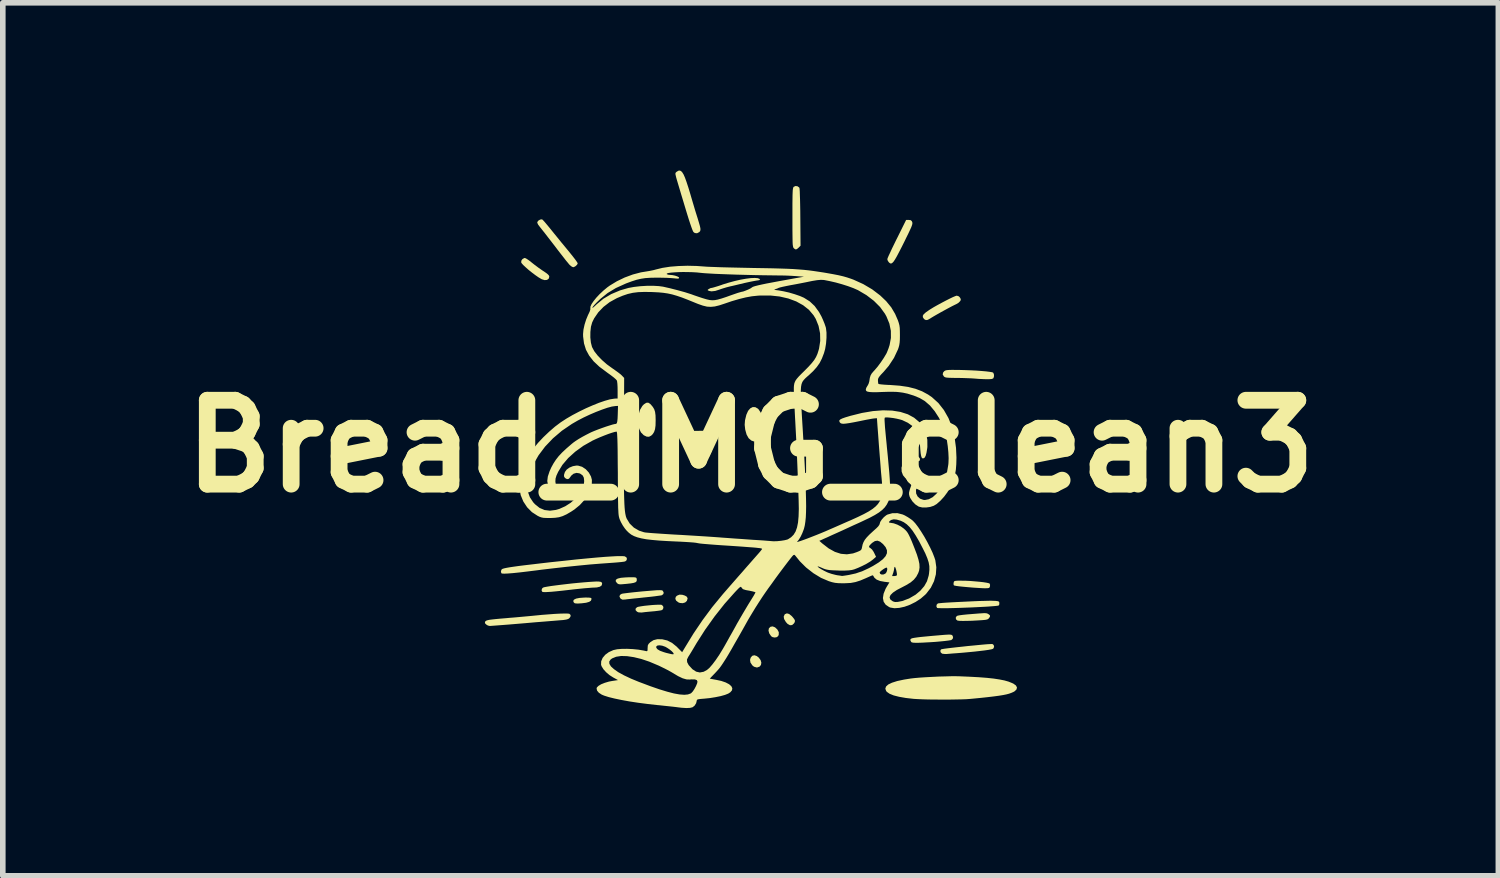
<source format=kicad_pcb>
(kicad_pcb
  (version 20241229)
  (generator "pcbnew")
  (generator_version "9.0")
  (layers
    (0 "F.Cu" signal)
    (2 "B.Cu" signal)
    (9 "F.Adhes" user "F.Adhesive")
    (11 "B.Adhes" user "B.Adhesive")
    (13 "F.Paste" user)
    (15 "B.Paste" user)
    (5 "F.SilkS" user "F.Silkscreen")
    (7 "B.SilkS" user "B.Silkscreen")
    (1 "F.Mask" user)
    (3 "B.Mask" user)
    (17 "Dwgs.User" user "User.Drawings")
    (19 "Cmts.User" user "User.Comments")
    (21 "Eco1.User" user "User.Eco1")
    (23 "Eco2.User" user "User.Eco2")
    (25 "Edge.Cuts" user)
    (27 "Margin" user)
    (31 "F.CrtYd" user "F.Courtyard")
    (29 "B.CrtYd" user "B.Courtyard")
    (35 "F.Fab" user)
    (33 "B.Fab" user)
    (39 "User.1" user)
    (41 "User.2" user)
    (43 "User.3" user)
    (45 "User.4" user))
  (footprint "Bread_IMG_clean3"
    (layer "F.Cu")
    (at 10.371 4.929)
    (property "Reference" "Bread_IMG_clean3" (at 0 0 0) (layer "F.SilkS") (effects (font (size 1.5 1.5) (thickness 0.3))))
    (attr board_only exclude_from_pos_files exclude_from_bom)
    (fp_poly (pts (xy -1.218 2.657) (xy -1.174 2.671) (xy -1.14 2.691) (xy -1.127 2.716) (xy -1.126 2.724) (xy -1.138 2.765) (xy -1.169 2.794) (xy -1.213 2.807) (xy -1.263 2.803) (xy -1.291 2.792) (xy -1.329 2.763) (xy -1.345 2.729) (xy -1.337 2.694) (xy -1.316 2.673) (xy -1.271 2.654)) (stroke (width 0) (type solid)) (fill yes) (layer "F.SilkS"))
    (fp_poly (pts (xy 0.111 3.752) (xy 0.146 3.779) (xy 0.18 3.825) (xy 0.193 3.87) (xy 0.186 3.911) (xy 0.162 3.941) (xy 0.12 3.956) (xy 0.108 3.956) (xy 0.062 3.943) (xy 0.033 3.92) (xy -0.001 3.87) (xy -0.009 3.821) (xy 0.002 3.782) (xy 0.03 3.748) (xy 0.068 3.738)) (stroke (width 0) (type solid)) (fill yes) (layer "F.SilkS"))
    (fp_poly (pts (xy 0.438 3.239) (xy 0.479 3.277) (xy 0.479 3.277) (xy 0.505 3.325) (xy 0.504 3.371) (xy 0.494 3.394) (xy 0.47 3.414) (xy 0.432 3.421) (xy 0.394 3.414) (xy 0.368 3.397) (xy 0.334 3.346) (xy 0.321 3.297) (xy 0.328 3.257) (xy 0.356 3.229) (xy 0.395 3.222)) (stroke (width 0) (type solid)) (fill yes) (layer "F.SilkS"))
    (fp_poly (pts (xy 0.69 3) (xy 0.737 3.038) (xy 0.753 3.056) (xy 0.783 3.094) (xy 0.795 3.122) (xy 0.789 3.148) (xy 0.775 3.17) (xy 0.743 3.198) (xy 0.705 3.201) (xy 0.664 3.179) (xy 0.632 3.144) (xy 0.6 3.09) (xy 0.593 3.047) (xy 0.608 3.012) (xy 0.616 3.003) (xy 0.65 2.989)) (stroke (width 0) (type solid)) (fill yes) (layer "F.SilkS"))
    (fp_poly (pts (xy -2.896 2.707) (xy -2.864 2.71) (xy -2.849 2.716) (xy -2.844 2.728) (xy -2.844 2.733) (xy -2.854 2.762) (xy -2.885 2.783) (xy -2.94 2.799) (xy -3.02 2.809) (xy -3.023 2.809) (xy -3.083 2.813) (xy -3.121 2.812) (xy -3.144 2.808) (xy -3.158 2.797) (xy -3.159 2.797) (xy -3.171 2.768) (xy -3.158 2.744) (xy -3.12 2.725) (xy -3.06 2.713) (xy -2.978 2.707) (xy -2.95 2.706)) (stroke (width 0) (type solid)) (fill yes) (layer "F.SilkS"))
    (fp_poly (pts (xy -2.079 2.344) (xy -2.054 2.348) (xy -2.042 2.355) (xy -2.037 2.366) (xy -2.035 2.374) (xy -2.034 2.399) (xy -2.041 2.419) (xy -2.058 2.433) (xy -2.091 2.444) (xy -2.142 2.453) (xy -2.214 2.461) (xy -2.269 2.466) (xy -2.32 2.47) (xy -2.352 2.468) (xy -2.373 2.46) (xy -2.39 2.445) (xy -2.412 2.413) (xy -2.407 2.387) (xy -2.376 2.367) (xy -2.318 2.353) (xy -2.234 2.346) (xy -2.186 2.344) (xy -2.121 2.344)) (stroke (width 0) (type solid)) (fill yes) (layer "F.SilkS"))
    (fp_poly (pts (xy -1.601 2.835) (xy -1.59 2.837) (xy -1.564 2.859) (xy -1.558 2.89) (xy -1.57 2.919) (xy -1.59 2.932) (xy -1.612 2.937) (xy -1.655 2.943) (xy -1.712 2.95) (xy -1.757 2.954) (xy -1.823 2.96) (xy -1.884 2.966) (xy -1.932 2.972) (xy -1.951 2.974) (xy -2.003 2.971) (xy -2.03 2.959) (xy -2.056 2.931) (xy -2.055 2.904) (xy -2.03 2.879) (xy -2.005 2.871) (xy -1.96 2.863) (xy -1.899 2.854) (xy -1.831 2.847) (xy -1.76 2.84) (xy -1.694 2.836) (xy -1.639 2.834)) (stroke (width 0) (type solid)) (fill yes) (layer "F.SilkS"))
    (fp_poly (pts (xy 0.086 -0.698) (xy 0.132 -0.671) (xy 0.142 -0.661) (xy 0.18 -0.605) (xy 0.205 -0.53) (xy 0.218 -0.445) (xy 0.218 -0.356) (xy 0.207 -0.269) (xy 0.183 -0.193) (xy 0.147 -0.132) (xy 0.137 -0.121) (xy 0.098 -0.091) (xy 0.06 -0.085) (xy 0.013 -0.102) (xy 0.012 -0.103) (xy -0.035 -0.144) (xy -0.071 -0.209) (xy -0.095 -0.296) (xy -0.096 -0.301) (xy -0.105 -0.383) (xy -0.099 -0.463) (xy -0.078 -0.551) (xy -0.074 -0.565) (xy -0.044 -0.632) (xy -0.005 -0.677) (xy 0.039 -0.7)) (stroke (width 0) (type solid)) (fill yes) (layer "F.SilkS"))
    (fp_poly (pts (xy -1.796 -0.758) (xy -1.783 -0.745) (xy -1.747 -0.702) (xy -1.722 -0.66) (xy -1.707 -0.612) (xy -1.699 -0.551) (xy -1.697 -0.47) (xy -1.697 -0.46) (xy -1.699 -0.371) (xy -1.708 -0.304) (xy -1.725 -0.254) (xy -1.75 -0.215) (xy -1.777 -0.189) (xy -1.816 -0.169) (xy -1.857 -0.171) (xy -1.907 -0.195) (xy -1.912 -0.199) (xy -1.959 -0.246) (xy -1.991 -0.311) (xy -2.008 -0.398) (xy -2.011 -0.465) (xy -2.002 -0.564) (xy -1.976 -0.651) (xy -1.935 -0.72) (xy -1.907 -0.749) (xy -1.865 -0.776) (xy -1.83 -0.779)) (stroke (width 0) (type solid)) (fill yes) (layer "F.SilkS"))
    (fp_poly (pts (xy 4.212 2.986) (xy 4.237 2.993) (xy 4.257 3.005) (xy 4.26 3.006) (xy 4.281 3.026) (xy 4.282 3.044) (xy 4.269 3.067) (xy 4.253 3.086) (xy 4.232 3.098) (xy 4.198 3.105) (xy 4.146 3.11) (xy 4.051 3.116) (xy 3.959 3.121) (xy 3.873 3.123) (xy 3.8 3.124) (xy 3.742 3.123) (xy 3.706 3.119) (xy 3.699 3.117) (xy 3.674 3.096) (xy 3.669 3.066) (xy 3.687 3.037) (xy 3.704 3.03) (xy 3.739 3.023) (xy 3.793 3.016) (xy 3.87 3.008) (xy 3.97 3) (xy 4.095 2.99) (xy 4.116 2.989) (xy 4.174 2.985)) (stroke (width 0) (type solid)) (fill yes) (layer "F.SilkS"))
    (fp_poly (pts (xy -4.014 -3.357) (xy -3.978 -3.334) (xy -3.934 -3.302) (xy -3.918 -3.288) (xy -3.861 -3.243) (xy -3.794 -3.193) (xy -3.728 -3.147) (xy -3.712 -3.136) (xy -3.658 -3.1) (xy -3.624 -3.073) (xy -3.605 -3.052) (xy -3.599 -3.033) (xy -3.599 -3.029) (xy -3.61 -2.994) (xy -3.64 -2.974) (xy -3.682 -2.97) (xy -3.732 -2.985) (xy -3.743 -2.991) (xy -3.792 -3.02) (xy -3.848 -3.059) (xy -3.909 -3.105) (xy -3.968 -3.152) (xy -4.021 -3.199) (xy -4.065 -3.24) (xy -4.093 -3.272) (xy -4.101 -3.286) (xy -4.099 -3.317) (xy -4.078 -3.347) (xy -4.047 -3.364) (xy -4.036 -3.366)) (stroke (width 0) (type solid)) (fill yes) (layer "F.SilkS"))
    (fp_poly (pts (xy 2.864 -4.042) (xy 2.883 -4.025) (xy 2.891 -4.007) (xy 2.894 -3.993) (xy 2.893 -3.974) (xy 2.886 -3.949) (xy 2.873 -3.914) (xy 2.851 -3.866) (xy 2.82 -3.8) (xy 2.778 -3.715) (xy 2.761 -3.679) (xy 2.702 -3.561) (xy 2.653 -3.466) (xy 2.614 -3.392) (xy 2.582 -3.337) (xy 2.556 -3.299) (xy 2.534 -3.277) (xy 2.515 -3.267) (xy 2.498 -3.269) (xy 2.481 -3.281) (xy 2.468 -3.295) (xy 2.45 -3.325) (xy 2.446 -3.346) (xy 2.452 -3.365) (xy 2.469 -3.405) (xy 2.496 -3.462) (xy 2.529 -3.534) (xy 2.569 -3.616) (xy 2.613 -3.706) (xy 2.615 -3.709) (xy 2.782 -4.046) (xy 2.83 -4.046)) (stroke (width 0) (type solid)) (fill yes) (layer "F.SilkS"))
    (fp_poly (pts (xy 3.781 2.405) (xy 3.854 2.406) (xy 3.934 2.41) (xy 4.016 2.417) (xy 4.095 2.424) (xy 4.165 2.432) (xy 4.222 2.441) (xy 4.261 2.45) (xy 4.275 2.456) (xy 4.283 2.479) (xy 4.281 2.506) (xy 4.274 2.525) (xy 4.262 2.535) (xy 4.239 2.539) (xy 4.196 2.54) (xy 4.179 2.54) (xy 4.132 2.538) (xy 4.066 2.534) (xy 3.987 2.529) (xy 3.903 2.522) (xy 3.868 2.519) (xy 3.793 2.512) (xy 3.727 2.505) (xy 3.676 2.498) (xy 3.644 2.491) (xy 3.636 2.488) (xy 3.629 2.466) (xy 3.632 2.439) (xy 3.637 2.423) (xy 3.645 2.413) (xy 3.663 2.408) (xy 3.695 2.405) (xy 3.746 2.404)) (stroke (width 0) (type solid)) (fill yes) (layer "F.SilkS"))
    (fp_poly (pts (xy -1.6 2.575) (xy -1.581 2.578) (xy -1.573 2.582) (xy -1.554 2.612) (xy -1.558 2.642) (xy -1.583 2.663) (xy -1.583 2.664) (xy -1.606 2.669) (xy -1.651 2.675) (xy -1.715 2.684) (xy -1.793 2.693) (xy -1.879 2.702) (xy -1.91 2.705) (xy -2 2.715) (xy -2.084 2.723) (xy -2.156 2.731) (xy -2.212 2.737) (xy -2.247 2.742) (xy -2.253 2.742) (xy -2.293 2.743) (xy -2.32 2.728) (xy -2.327 2.722) (xy -2.344 2.688) (xy -2.335 2.659) (xy -2.305 2.64) (xy -2.283 2.635) (xy -2.238 2.629) (xy -2.173 2.621) (xy -2.094 2.612) (xy -2.004 2.603) (xy -1.934 2.596) (xy -1.825 2.587) (xy -1.74 2.58) (xy -1.676 2.575) (xy -1.63 2.574)) (stroke (width 0) (type solid)) (fill yes) (layer "F.SilkS"))
    (fp_poly (pts (xy 3.568 3.369) (xy 3.59 3.372) (xy 3.604 3.379) (xy 3.609 3.383) (xy 3.622 3.413) (xy 3.615 3.444) (xy 3.59 3.466) (xy 3.581 3.468) (xy 3.538 3.475) (xy 3.474 3.483) (xy 3.393 3.491) (xy 3.303 3.499) (xy 3.209 3.505) (xy 3.116 3.51) (xy 3.084 3.512) (xy 3.002 3.515) (xy 2.944 3.515) (xy 2.906 3.513) (xy 2.883 3.507) (xy 2.874 3.502) (xy 2.86 3.477) (xy 2.857 3.466) (xy 2.859 3.456) (xy 2.864 3.447) (xy 2.877 3.439) (xy 2.898 3.432) (xy 2.931 3.426) (xy 2.979 3.419) (xy 3.043 3.411) (xy 3.127 3.403) (xy 3.232 3.393) (xy 3.361 3.382) (xy 3.405 3.378) (xy 3.48 3.372) (xy 3.533 3.369)) (stroke (width 0) (type solid)) (fill yes) (layer "F.SilkS"))
    (fp_poly (pts (xy 3.724 -2.68) (xy 3.745 -2.658) (xy 3.759 -2.631) (xy 3.757 -2.609) (xy 3.746 -2.592) (xy 3.718 -2.564) (xy 3.681 -2.542) (xy 3.679 -2.541) (xy 3.648 -2.526) (xy 3.598 -2.501) (xy 3.536 -2.468) (xy 3.466 -2.43) (xy 3.395 -2.391) (xy 3.328 -2.353) (xy 3.271 -2.32) (xy 3.228 -2.294) (xy 3.216 -2.286) (xy 3.17 -2.26) (xy 3.136 -2.255) (xy 3.108 -2.27) (xy 3.1 -2.278) (xy 3.082 -2.305) (xy 3.08 -2.332) (xy 3.097 -2.361) (xy 3.135 -2.394) (xy 3.195 -2.436) (xy 3.214 -2.448) (xy 3.274 -2.485) (xy 3.343 -2.524) (xy 3.417 -2.564) (xy 3.489 -2.602) (xy 3.558 -2.637) (xy 3.616 -2.665) (xy 3.661 -2.684) (xy 3.687 -2.692) (xy 3.689 -2.692)) (stroke (width 0) (type solid)) (fill yes) (layer "F.SilkS"))
    (fp_poly (pts (xy -2.713 2.42) (xy -2.676 2.426) (xy -2.658 2.44) (xy -2.654 2.454) (xy -2.661 2.488) (xy -2.693 2.512) (xy -2.747 2.525) (xy -2.795 2.528) (xy -2.831 2.529) (xy -2.89 2.534) (xy -2.967 2.54) (xy -3.057 2.549) (xy -3.155 2.559) (xy -3.24 2.569) (xy -3.371 2.584) (xy -3.478 2.595) (xy -3.562 2.603) (xy -3.626 2.607) (xy -3.673 2.609) (xy -3.704 2.608) (xy -3.722 2.604) (xy -3.727 2.601) (xy -3.737 2.575) (xy -3.728 2.545) (xy -3.71 2.528) (xy -3.684 2.52) (xy -3.635 2.511) (xy -3.567 2.5) (xy -3.483 2.489) (xy -3.389 2.477) (xy -3.287 2.465) (xy -3.182 2.453) (xy -3.078 2.443) (xy -2.978 2.434) (xy -2.888 2.427) (xy -2.811 2.422) (xy -2.751 2.419)) (stroke (width 0) (type solid)) (fill yes) (layer "F.SilkS"))
    (fp_poly (pts (xy 0.128 -3.005) (xy 0.159 -2.993) (xy 0.16 -2.992) (xy 0.169 -2.979) (xy 0.163 -2.972) (xy 0.138 -2.966) (xy 0.108 -2.962) (xy 0.062 -2.954) (xy 0.00027 -2.942) (xy -0.069 -2.927) (xy -0.11 -2.918) (xy -0.185 -2.9) (xy -0.264 -2.881) (xy -0.336 -2.864) (xy -0.364 -2.858) (xy -0.427 -2.842) (xy -0.49 -2.823) (xy -0.54 -2.807) (xy -0.543 -2.805) (xy -0.63 -2.777) (xy -0.698 -2.769) (xy -0.742 -2.777) (xy -0.765 -2.788) (xy -0.765 -2.798) (xy -0.749 -2.81) (xy -0.719 -2.826) (xy -0.7 -2.83) (xy -0.679 -2.834) (xy -0.637 -2.846) (xy -0.581 -2.863) (xy -0.515 -2.885) (xy -0.497 -2.892) (xy -0.39 -2.925) (xy -0.283 -2.954) (xy -0.179 -2.978) (xy -0.082 -2.995) (xy 0.004 -3.006) (xy 0.075 -3.009)) (stroke (width 0) (type solid)) (fill yes) (layer "F.SilkS"))
    (fp_poly (pts (xy 0.84 -4.648) (xy 0.869 -4.627) (xy 0.874 -4.619) (xy 0.877 -4.6) (xy 0.88 -4.557) (xy 0.882 -4.493) (xy 0.885 -4.411) (xy 0.887 -4.315) (xy 0.889 -4.207) (xy 0.89 -4.091) (xy 0.89 -4.09) (xy 0.894 -3.586) (xy 0.86 -3.551) (xy 0.828 -3.524) (xy 0.804 -3.519) (xy 0.779 -3.535) (xy 0.773 -3.541) (xy 0.767 -3.549) (xy 0.762 -3.561) (xy 0.758 -3.58) (xy 0.754 -3.608) (xy 0.752 -3.649) (xy 0.751 -3.704) (xy 0.75 -3.776) (xy 0.749 -3.869) (xy 0.749 -3.985) (xy 0.749 -4.09) (xy 0.749 -4.225) (xy 0.749 -4.335) (xy 0.75 -4.423) (xy 0.751 -4.492) (xy 0.753 -4.544) (xy 0.755 -4.581) (xy 0.759 -4.607) (xy 0.763 -4.623) (xy 0.768 -4.634) (xy 0.772 -4.638) (xy 0.804 -4.653)) (stroke (width 0) (type solid)) (fill yes) (layer "F.SilkS"))
    (fp_poly (pts (xy 3.684 -1.364) (xy 3.728 -1.364) (xy 3.834 -1.361) (xy 3.94 -1.357) (xy 4.041 -1.352) (xy 4.133 -1.345) (xy 4.213 -1.338) (xy 4.276 -1.33) (xy 4.319 -1.323) (xy 4.338 -1.316) (xy 4.351 -1.29) (xy 4.354 -1.253) (xy 4.344 -1.22) (xy 4.338 -1.212) (xy 4.313 -1.202) (xy 4.261 -1.198) (xy 4.182 -1.199) (xy 4.077 -1.204) (xy 4.004 -1.21) (xy 3.943 -1.214) (xy 3.863 -1.217) (xy 3.776 -1.22) (xy 3.69 -1.221) (xy 3.68 -1.221) (xy 3.601 -1.222) (xy 3.544 -1.224) (xy 3.505 -1.227) (xy 3.48 -1.233) (xy 3.465 -1.241) (xy 3.457 -1.248) (xy 3.436 -1.283) (xy 3.443 -1.317) (xy 3.463 -1.341) (xy 3.476 -1.35) (xy 3.493 -1.357) (xy 3.518 -1.361) (xy 3.555 -1.364) (xy 3.609 -1.365)) (stroke (width 0) (type solid)) (fill yes) (layer "F.SilkS"))
    (fp_poly (pts (xy 4.324 3.537) (xy 4.347 3.554) (xy 4.355 3.583) (xy 4.346 3.612) (xy 4.33 3.625) (xy 4.306 3.632) (xy 4.258 3.641) (xy 4.19 3.651) (xy 4.106 3.661) (xy 4.011 3.672) (xy 3.907 3.682) (xy 3.799 3.692) (xy 3.764 3.695) (xy 3.689 3.701) (xy 3.619 3.706) (xy 3.56 3.711) (xy 3.52 3.714) (xy 3.517 3.715) (xy 3.471 3.715) (xy 3.433 3.711) (xy 3.424 3.708) (xy 3.401 3.688) (xy 3.393 3.66) (xy 3.404 3.636) (xy 3.409 3.632) (xy 3.427 3.628) (xy 3.469 3.621) (xy 3.53 3.613) (xy 3.606 3.604) (xy 3.694 3.594) (xy 3.789 3.584) (xy 3.887 3.573) (xy 3.984 3.564) (xy 4.076 3.555) (xy 4.16 3.547) (xy 4.23 3.541) (xy 4.284 3.538) (xy 4.317 3.537)) (stroke (width 0) (type solid)) (fill yes) (layer "F.SilkS"))
    (fp_poly (pts (xy 4.32 2.764) (xy 4.379 2.766) (xy 4.416 2.77) (xy 4.436 2.776) (xy 4.445 2.786) (xy 4.449 2.801) (xy 4.447 2.832) (xy 4.439 2.847) (xy 4.422 2.852) (xy 4.38 2.857) (xy 4.319 2.862) (xy 4.241 2.868) (xy 4.15 2.873) (xy 4.051 2.878) (xy 3.945 2.883) (xy 3.838 2.887) (xy 3.732 2.891) (xy 3.631 2.894) (xy 3.54 2.896) (xy 3.461 2.897) (xy 3.398 2.896) (xy 3.355 2.895) (xy 3.335 2.891) (xy 3.335 2.891) (xy 3.323 2.863) (xy 3.329 2.832) (xy 3.349 2.812) (xy 3.355 2.81) (xy 3.383 2.807) (xy 3.434 2.802) (xy 3.505 2.797) (xy 3.59 2.792) (xy 3.685 2.787) (xy 3.788 2.782) (xy 3.892 2.777) (xy 3.995 2.772) (xy 4.091 2.768) (xy 4.177 2.766) (xy 4.248 2.764) (xy 4.301 2.763)) (stroke (width 0) (type solid)) (fill yes) (layer "F.SilkS"))
    (fp_poly (pts (xy -3.727 -4.056) (xy -3.713 -4.044) (xy -3.685 -4.014) (xy -3.648 -3.97) (xy -3.603 -3.916) (xy -3.576 -3.883) (xy -3.516 -3.808) (xy -3.448 -3.725) (xy -3.381 -3.642) (xy -3.322 -3.571) (xy -3.317 -3.565) (xy -3.239 -3.47) (xy -3.178 -3.394) (xy -3.134 -3.337) (xy -3.106 -3.297) (xy -3.092 -3.274) (xy -3.091 -3.268) (xy -3.102 -3.246) (xy -3.127 -3.221) (xy -3.157 -3.204) (xy -3.172 -3.201) (xy -3.195 -3.21) (xy -3.227 -3.235) (xy -3.244 -3.252) (xy -3.265 -3.278) (xy -3.301 -3.321) (xy -3.346 -3.379) (xy -3.4 -3.448) (xy -3.458 -3.523) (xy -3.495 -3.572) (xy -3.556 -3.651) (xy -3.615 -3.727) (xy -3.668 -3.796) (xy -3.714 -3.854) (xy -3.747 -3.896) (xy -3.76 -3.912) (xy -3.797 -3.96) (xy -3.813 -3.994) (xy -3.813 -4.009) (xy -3.793 -4.035) (xy -3.761 -4.053) (xy -3.73 -4.057)) (stroke (width 0) (type solid)) (fill yes) (layer "F.SilkS"))
    (fp_poly (pts (xy -1.243 -4.92) (xy -1.221 -4.897) (xy -1.197 -4.858) (xy -1.172 -4.801) (xy -1.144 -4.723) (xy -1.111 -4.622) (xy -1.078 -4.513) (xy -1.05 -4.417) (xy -1.02 -4.316) (xy -0.991 -4.218) (xy -0.964 -4.132) (xy -0.947 -4.078) (xy -0.923 -3.998) (xy -0.906 -3.939) (xy -0.897 -3.897) (xy -0.896 -3.868) (xy -0.901 -3.848) (xy -0.913 -3.833) (xy -0.918 -3.828) (xy -0.957 -3.808) (xy -0.996 -3.812) (xy -1.02 -3.829) (xy -1.029 -3.844) (xy -1.041 -3.872) (xy -1.057 -3.915) (xy -1.078 -3.976) (xy -1.104 -4.055) (xy -1.135 -4.155) (xy -1.172 -4.277) (xy -1.216 -4.423) (xy -1.237 -4.492) (xy -1.27 -4.603) (xy -1.296 -4.69) (xy -1.316 -4.757) (xy -1.33 -4.806) (xy -1.338 -4.841) (xy -1.343 -4.864) (xy -1.343 -4.879) (xy -1.34 -4.888) (xy -1.335 -4.895) (xy -1.328 -4.902) (xy -1.325 -4.905) (xy -1.289 -4.927) (xy -1.265 -4.929)) (stroke (width 0) (type solid)) (fill yes) (layer "F.SilkS"))
    (fp_poly (pts (xy -2.255 1.968) (xy -2.248 1.97) (xy -2.219 1.988) (xy -2.21 2.016) (xy -2.221 2.044) (xy -2.243 2.06) (xy -2.266 2.065) (xy -2.312 2.071) (xy -2.375 2.077) (xy -2.45 2.083) (xy -2.519 2.088) (xy -2.685 2.1) (xy -2.873 2.115) (xy -3.078 2.135) (xy -3.293 2.157) (xy -3.514 2.182) (xy -3.736 2.208) (xy -3.819 2.219) (xy -3.988 2.24) (xy -4.131 2.257) (xy -4.247 2.269) (xy -4.337 2.276) (xy -4.402 2.279) (xy -4.441 2.277) (xy -4.454 2.273) (xy -4.464 2.246) (xy -4.457 2.214) (xy -4.447 2.2) (xy -4.432 2.192) (xy -4.405 2.184) (xy -4.364 2.175) (xy -4.307 2.165) (xy -4.233 2.154) (xy -4.14 2.141) (xy -4.026 2.127) (xy -3.889 2.111) (xy -3.729 2.092) (xy -3.582 2.075) (xy -3.337 2.049) (xy -3.116 2.025) (xy -2.918 2.006) (xy -2.744 1.99) (xy -2.595 1.978) (xy -2.471 1.97) (xy -2.373 1.965) (xy -2.301 1.965)) (stroke (width 0) (type solid)) (fill yes) (layer "F.SilkS"))
    (fp_poly (pts (xy -3.28 2.992) (xy -3.246 2.995) (xy -3.239 2.997) (xy -3.217 3.019) (xy -3.221 3.05) (xy -3.241 3.076) (xy -3.262 3.09) (xy -3.296 3.1) (xy -3.349 3.108) (xy -3.388 3.111) (xy -3.438 3.115) (xy -3.509 3.121) (xy -3.596 3.128) (xy -3.693 3.136) (xy -3.793 3.144) (xy -3.833 3.147) (xy -4.026 3.164) (xy -4.194 3.178) (xy -4.338 3.19) (xy -4.457 3.199) (xy -4.549 3.206) (xy -4.616 3.211) (xy -4.656 3.214) (xy -4.666 3.214) (xy -4.698 3.206) (xy -4.727 3.188) (xy -4.749 3.165) (xy -4.749 3.145) (xy -4.745 3.136) (xy -4.737 3.127) (xy -4.723 3.118) (xy -4.701 3.111) (xy -4.668 3.104) (xy -4.62 3.098) (xy -4.555 3.091) (xy -4.47 3.083) (xy -4.361 3.074) (xy -4.32 3.07) (xy -4.219 3.062) (xy -4.109 3.052) (xy -4 3.042) (xy -3.903 3.033) (xy -3.853 3.028) (xy -3.731 3.016) (xy -3.614 3.007) (xy -3.508 2.999) (xy -3.415 2.994) (xy -3.338 2.992)) (stroke (width 0) (type solid)) (fill yes) (layer "F.SilkS"))
    (fp_poly (pts (xy -0.808 -0.275) (xy -0.753 -0.273) (xy -0.717 -0.271) (xy -0.694 -0.266) (xy -0.679 -0.258) (xy -0.669 -0.247) (xy -0.667 -0.244) (xy -0.65 -0.199) (xy -0.647 -0.134) (xy -0.658 -0.051) (xy -0.671 0.007) (xy -0.702 0.105) (xy -0.739 0.182) (xy -0.784 0.241) (xy -0.803 0.259) (xy -0.86 0.294) (xy -0.921 0.302) (xy -0.981 0.284) (xy -0.994 0.276) (xy -1.038 0.237) (xy -1.073 0.183) (xy -1.091 0.134) (xy -0.989 0.134) (xy -0.978 0.173) (xy -0.949 0.198) (xy -0.911 0.209) (xy -0.869 0.202) (xy -0.831 0.177) (xy -0.825 0.169) (xy -0.797 0.125) (xy -0.786 0.086) (xy -0.793 0.058) (xy -0.798 0.053) (xy -0.833 0.043) (xy -0.877 0.048) (xy -0.923 0.065) (xy -0.961 0.089) (xy -0.985 0.118) (xy -0.989 0.134) (xy -1.091 0.134) (xy -1.101 0.109) (xy -1.106 0.089) (xy -1.118 0.032) (xy -1.124 -0.034) (xy -1.125 -0.103) (xy -1.122 -0.167) (xy -1.114 -0.218) (xy -1.102 -0.25) (xy -1.101 -0.252) (xy -1.089 -0.261) (xy -1.07 -0.268) (xy -1.038 -0.272) (xy -0.989 -0.274) (xy -0.919 -0.275) (xy -0.885 -0.275)) (stroke (width 0) (type solid)) (fill yes) (layer "F.SilkS"))
    (fp_poly (pts (xy 3.73 4.114) (xy 3.919 4.122) (xy 4.084 4.131) (xy 4.226 4.142) (xy 4.347 4.155) (xy 4.451 4.171) (xy 4.538 4.188) (xy 4.612 4.209) (xy 4.674 4.234) (xy 4.699 4.245) (xy 4.745 4.278) (xy 4.764 4.313) (xy 4.756 4.349) (xy 4.721 4.383) (xy 4.701 4.394) (xy 4.665 4.41) (xy 4.623 4.425) (xy 4.574 4.438) (xy 4.514 4.45) (xy 4.44 4.462) (xy 4.35 4.474) (xy 4.241 4.487) (xy 4.111 4.501) (xy 3.957 4.516) (xy 3.922 4.519) (xy 3.856 4.524) (xy 3.768 4.527) (xy 3.663 4.529) (xy 3.547 4.531) (xy 3.425 4.531) (xy 3.303 4.53) (xy 3.185 4.529) (xy 3.078 4.526) (xy 2.986 4.522) (xy 2.919 4.518) (xy 2.778 4.502) (xy 2.657 4.481) (xy 2.559 4.456) (xy 2.485 4.426) (xy 2.437 4.392) (xy 2.425 4.377) (xy 2.41 4.336) (xy 2.423 4.297) (xy 2.462 4.261) (xy 2.529 4.229) (xy 2.623 4.199) (xy 2.745 4.173) (xy 2.864 4.154) (xy 2.933 4.146) (xy 3.024 4.138) (xy 3.131 4.131) (xy 3.246 4.125) (xy 3.365 4.119) (xy 3.481 4.116) (xy 3.588 4.113) (xy 3.679 4.113)) (stroke (width 0) (type solid)) (fill yes) (layer "F.SilkS"))
    (fp_poly (pts (xy -0.962 -3.223) (xy -0.824 -3.213) (xy -0.782 -3.21) (xy -0.716 -3.207) (xy -0.629 -3.204) (xy -0.524 -3.2) (xy -0.404 -3.197) (xy -0.274 -3.194) (xy -0.135 -3.191) (xy 0.009 -3.188) (xy 0.048 -3.187) (xy 0.233 -3.184) (xy 0.393 -3.181) (xy 0.533 -3.177) (xy 0.656 -3.173) (xy 0.764 -3.168) (xy 0.861 -3.161) (xy 0.951 -3.154) (xy 1.036 -3.145) (xy 1.121 -3.134) (xy 1.208 -3.121) (xy 1.301 -3.107) (xy 1.36 -3.097) (xy 1.478 -3.076) (xy 1.575 -3.057) (xy 1.656 -3.038) (xy 1.726 -3.018) (xy 1.792 -2.996) (xy 1.841 -2.978) (xy 2.015 -2.899) (xy 2.176 -2.804) (xy 2.319 -2.695) (xy 2.425 -2.594) (xy 2.516 -2.483) (xy 2.585 -2.366) (xy 2.635 -2.251) (xy 2.651 -2.203) (xy 2.662 -2.16) (xy 2.668 -2.115) (xy 2.67 -2.059) (xy 2.671 -1.985) (xy 2.67 -1.909) (xy 2.666 -1.852) (xy 2.659 -1.807) (xy 2.648 -1.766) (xy 2.636 -1.731) (xy 2.565 -1.58) (xy 2.471 -1.437) (xy 2.379 -1.329) (xy 2.332 -1.28) (xy 2.303 -1.245) (xy 2.286 -1.219) (xy 2.279 -1.196) (xy 2.278 -1.174) (xy 2.281 -1.138) (xy 2.286 -1.116) (xy 2.286 -1.114) (xy 2.302 -1.11) (xy 2.34 -1.105) (xy 2.395 -1.1) (xy 2.463 -1.096) (xy 2.496 -1.095) (xy 2.668 -1.082) (xy 2.818 -1.06) (xy 2.949 -1.027) (xy 3.067 -0.982) (xy 3.174 -0.924) (xy 3.244 -0.876) (xy 3.359 -0.772) (xy 3.457 -0.647) (xy 3.539 -0.503) (xy 3.603 -0.341) (xy 3.648 -0.163) (xy 3.674 0.03) (xy 3.682 0.203) (xy 3.679 0.322) (xy 3.671 0.423) (xy 3.655 0.512) (xy 3.629 0.597) (xy 3.593 0.685) (xy 3.569 0.737) (xy 3.521 0.822) (xy 3.46 0.904) (xy 3.394 0.976) (xy 3.328 1.034) (xy 3.276 1.065) (xy 3.212 1.086) (xy 3.139 1.096) (xy 3.069 1.095) (xy 3.01 1.081) (xy 3.004 1.078) (xy 2.946 1.04) (xy 2.894 0.986) (xy 2.855 0.925) (xy 2.842 0.894) (xy 2.834 0.858) (xy 2.835 0.825) (xy 2.845 0.784) (xy 2.853 0.759) (xy 2.869 0.713) (xy 2.883 0.676) (xy 2.89 0.659) (xy 2.888 0.643) (xy 2.865 0.626) (xy 2.836 0.613) (xy 2.771 0.573) (xy 2.726 0.519) (xy 2.702 0.454) (xy 2.7 0.384) (xy 2.72 0.313) (xy 2.762 0.245) (xy 2.781 0.223) (xy 2.818 0.19) (xy 2.847 0.172) (xy 2.879 0.166) (xy 2.9 0.165) (xy 2.964 0.172) (xy 3.007 0.191) (xy 3.028 0.221) (xy 3.029 0.234) (xy 3.026 0.254) (xy 3.014 0.265) (xy 2.985 0.273) (xy 2.953 0.278) (xy 2.887 0.296) (xy 2.841 0.329) (xy 2.819 0.375) (xy 2.816 0.398) (xy 2.828 0.447) (xy 2.866 0.488) (xy 2.929 0.523) (xy 2.973 0.539) (xy 3.036 0.562) (xy 3.073 0.583) (xy 3.085 0.606) (xy 3.075 0.633) (xy 3.042 0.668) (xy 3.032 0.677) (xy 2.989 0.72) (xy 2.966 0.757) (xy 2.958 0.784) (xy 2.961 0.845) (xy 2.987 0.898) (xy 3.031 0.938) (xy 3.089 0.959) (xy 3.118 0.962) (xy 3.188 0.948) (xy 3.257 0.911) (xy 3.323 0.851) (xy 3.383 0.773) (xy 3.436 0.679) (xy 3.481 0.572) (xy 3.515 0.455) (xy 3.536 0.33) (xy 3.539 0.299) (xy 3.542 0.212) (xy 3.537 0.108) (xy 3.526 -0.003) (xy 3.51 -0.112) (xy 3.49 -0.21) (xy 3.48 -0.247) (xy 3.432 -0.381) (xy 3.368 -0.51) (xy 3.293 -0.626) (xy 3.209 -0.727) (xy 3.119 -0.805) (xy 3.109 -0.812) (xy 3.023 -0.862) (xy 2.919 -0.905) (xy 2.806 -0.94) (xy 2.727 -0.957) (xy 2.67 -0.965) (xy 2.612 -0.971) (xy 2.545 -0.973) (xy 2.465 -0.973) (xy 2.363 -0.97) (xy 2.36 -0.97) (xy 2.26 -0.966) (xy 2.185 -0.966) (xy 2.131 -0.969) (xy 2.095 -0.975) (xy 2.073 -0.985) (xy 2.063 -1) (xy 2.061 -1.015) (xy 2.069 -1.043) (xy 2.088 -1.076) (xy 2.089 -1.076) (xy 2.11 -1.115) (xy 2.124 -1.161) (xy 2.124 -1.164) (xy 2.133 -1.222) (xy 2.146 -1.264) (xy 2.166 -1.3) (xy 2.2 -1.34) (xy 2.217 -1.358) (xy 2.271 -1.421) (xy 2.329 -1.499) (xy 2.384 -1.581) (xy 2.429 -1.657) (xy 2.435 -1.669) (xy 2.449 -1.703) (xy 2.468 -1.752) (xy 2.486 -1.808) (xy 2.487 -1.812) (xy 2.51 -1.936) (xy 2.509 -2.064) (xy 2.482 -2.194) (xy 2.43 -2.32) (xy 2.403 -2.369) (xy 2.316 -2.489) (xy 2.205 -2.6) (xy 2.073 -2.701) (xy 1.922 -2.79) (xy 1.913 -2.794) (xy 1.838 -2.827) (xy 1.743 -2.862) (xy 1.636 -2.896) (xy 1.525 -2.927) (xy 1.417 -2.952) (xy 1.32 -2.971) (xy 1.303 -2.973) (xy 1.255 -2.975) (xy 1.189 -2.969) (xy 1.103 -2.955) (xy 1.069 -2.948) (xy 0.987 -2.931) (xy 0.89 -2.912) (xy 0.791 -2.893) (xy 0.708 -2.878) (xy 0.638 -2.864) (xy 0.577 -2.851) (xy 0.531 -2.84) (xy 0.505 -2.832) (xy 0.502 -2.831) (xy 0.479 -2.82) (xy 0.446 -2.809) (xy 0.427 -2.803) (xy 0.427 -2.798) (xy 0.448 -2.793) (xy 0.493 -2.787) (xy 0.494 -2.787) (xy 0.586 -2.771) (xy 0.688 -2.748) (xy 0.79 -2.718) (xy 0.883 -2.686) (xy 0.954 -2.655) (xy 1.058 -2.59) (xy 1.146 -2.507) (xy 1.223 -2.401) (xy 1.267 -2.322) (xy 1.296 -2.258) (xy 1.322 -2.194) (xy 1.341 -2.139) (xy 1.348 -2.116) (xy 1.358 -2.034) (xy 1.358 -1.938) (xy 1.35 -1.836) (xy 1.334 -1.739) (xy 1.313 -1.664) (xy 1.276 -1.568) (xy 1.235 -1.487) (xy 1.184 -1.415) (xy 1.12 -1.343) (xy 1.038 -1.266) (xy 1.021 -1.252) (xy 0.981 -1.216) (xy 0.95 -1.183) (xy 0.927 -1.15) (xy 0.912 -1.111) (xy 0.903 -1.063) (xy 0.899 -1.002) (xy 0.899 -0.924) (xy 0.903 -0.824) (xy 0.906 -0.76) (xy 0.912 -0.652) (xy 0.919 -0.527) (xy 0.927 -0.396) (xy 0.935 -0.269) (xy 0.941 -0.165) (xy 0.947 -0.071) (xy 0.954 0.043) (xy 0.96 0.172) (xy 0.967 0.308) (xy 0.974 0.446) (xy 0.98 0.579) (xy 0.982 0.618) (xy 0.988 0.793) (xy 0.992 0.944) (xy 0.994 1.072) (xy 0.992 1.181) (xy 0.988 1.273) (xy 0.98 1.35) (xy 0.97 1.416) (xy 0.956 1.473) (xy 0.948 1.496) (xy 0.925 1.556) (xy 0.897 1.615) (xy 0.867 1.665) (xy 0.841 1.7) (xy 0.832 1.708) (xy 0.831 1.713) (xy 0.852 1.708) (xy 0.892 1.695) (xy 0.947 1.676) (xy 1.015 1.651) (xy 1.092 1.621) (xy 1.174 1.589) (xy 1.258 1.555) (xy 1.342 1.52) (xy 1.408 1.491) (xy 1.482 1.459) (xy 1.571 1.42) (xy 1.666 1.378) (xy 1.757 1.338) (xy 1.786 1.326) (xy 1.918 1.266) (xy 2.027 1.213) (xy 2.115 1.165) (xy 2.184 1.12) (xy 2.238 1.076) (xy 2.279 1.032) (xy 2.309 0.986) (xy 2.314 0.977) (xy 2.333 0.935) (xy 2.346 0.894) (xy 2.354 0.849) (xy 2.357 0.795) (xy 2.355 0.726) (xy 2.349 0.638) (xy 2.344 0.579) (xy 2.333 0.461) (xy 2.322 0.318) (xy 2.309 0.156) (xy 2.295 -0.023) (xy 2.281 -0.215) (xy 2.269 -0.371) (xy 2.26 -0.501) (xy 2.212 -0.497) (xy 2.181 -0.493) (xy 2.13 -0.484) (xy 2.065 -0.472) (xy 1.991 -0.457) (xy 1.958 -0.45) (xy 1.852 -0.429) (xy 1.769 -0.414) (xy 1.707 -0.405) (xy 1.662 -0.401) (xy 1.631 -0.404) (xy 1.61 -0.412) (xy 1.597 -0.425) (xy 1.596 -0.427) (xy 1.587 -0.447) (xy 1.589 -0.464) (xy 1.605 -0.479) (xy 1.639 -0.496) (xy 1.692 -0.515) (xy 1.769 -0.538) (xy 1.785 -0.543) (xy 1.993 -0.595) (xy 2.188 -0.628) (xy 2.368 -0.642) (xy 2.533 -0.637) (xy 2.681 -0.613) (xy 2.812 -0.571) (xy 2.924 -0.51) (xy 3.01 -0.438) (xy 3.084 -0.343) (xy 3.135 -0.235) (xy 3.161 -0.116) (xy 3.162 0.012) (xy 3.159 0.037) (xy 3.146 0.117) (xy 3.131 0.172) (xy 3.112 0.205) (xy 3.097 0.215) (xy 3.077 0.218) (xy 3.062 0.206) (xy 3.051 0.176) (xy 3.042 0.126) (xy 3.035 0.053) (xy 3.034 0.036) (xy 3.027 -0.056) (xy 3.018 -0.126) (xy 3.006 -0.182) (xy 2.989 -0.228) (xy 2.966 -0.273) (xy 2.954 -0.292) (xy 2.896 -0.36) (xy 2.813 -0.419) (xy 2.711 -0.467) (xy 2.666 -0.48) (xy 2.61 -0.493) (xy 2.55 -0.504) (xy 2.492 -0.511) (xy 2.443 -0.515) (xy 2.41 -0.514) (xy 2.401 -0.511) (xy 2.398 -0.502) (xy 2.396 -0.483) (xy 2.397 -0.451) (xy 2.4 -0.404) (xy 2.404 -0.34) (xy 2.412 -0.256) (xy 2.422 -0.149) (xy 2.435 -0.018) (xy 2.437 0.007) (xy 2.455 0.187) (xy 2.469 0.342) (xy 2.481 0.474) (xy 2.489 0.585) (xy 2.494 0.679) (xy 2.496 0.756) (xy 2.496 0.82) (xy 2.492 0.873) (xy 2.486 0.916) (xy 2.477 0.953) (xy 2.465 0.985) (xy 2.463 0.99) (xy 2.435 1.045) (xy 2.399 1.095) (xy 2.354 1.14) (xy 2.296 1.185) (xy 2.222 1.231) (xy 2.128 1.281) (xy 2.012 1.336) (xy 2.004 1.34) (xy 1.933 1.373) (xy 1.846 1.412) (xy 1.751 1.456) (xy 1.651 1.502) (xy 1.552 1.547) (xy 1.458 1.589) (xy 1.376 1.627) (xy 1.31 1.656) (xy 1.278 1.671) (xy 1.23 1.692) (xy 1.284 1.74) (xy 1.398 1.828) (xy 1.508 1.889) (xy 1.616 1.924) (xy 1.723 1.933) (xy 1.832 1.917) (xy 1.902 1.893) (xy 1.947 1.874) (xy 1.973 1.858) (xy 1.986 1.838) (xy 1.993 1.808) (xy 1.994 1.804) (xy 2.004 1.757) (xy 2.02 1.715) (xy 2.043 1.674) (xy 2.078 1.63) (xy 2.126 1.58) (xy 2.191 1.52) (xy 2.25 1.467) (xy 2.282 1.435) (xy 2.303 1.405) (xy 2.308 1.391) (xy 2.316 1.365) (xy 2.477 1.365) (xy 2.503 1.37) (xy 2.506 1.37) (xy 2.56 1.379) (xy 2.624 1.402) (xy 2.688 1.435) (xy 2.742 1.474) (xy 2.743 1.475) (xy 2.769 1.499) (xy 2.791 1.523) (xy 2.811 1.551) (xy 2.831 1.587) (xy 2.854 1.635) (xy 2.882 1.699) (xy 2.916 1.784) (xy 2.933 1.827) (xy 2.975 1.938) (xy 3.003 2.029) (xy 3.019 2.104) (xy 3.022 2.168) (xy 3.014 2.224) (xy 2.998 2.269) (xy 2.964 2.333) (xy 2.92 2.387) (xy 2.862 2.436) (xy 2.785 2.483) (xy 2.714 2.52) (xy 2.616 2.571) (xy 2.546 2.618) (xy 2.503 2.661) (xy 2.486 2.701) (xy 2.497 2.736) (xy 2.51 2.75) (xy 2.546 2.775) (xy 2.584 2.786) (xy 2.633 2.784) (xy 2.699 2.771) (xy 2.713 2.768) (xy 2.836 2.722) (xy 2.951 2.655) (xy 3.037 2.583) (xy 3.107 2.501) (xy 3.155 2.415) (xy 3.185 2.315) (xy 3.191 2.28) (xy 3.198 2.21) (xy 3.197 2.144) (xy 3.185 2.077) (xy 3.161 2.003) (xy 3.125 1.917) (xy 3.081 1.829) (xy 3.014 1.7) (xy 2.953 1.596) (xy 2.898 1.512) (xy 2.845 1.446) (xy 2.793 1.396) (xy 2.74 1.359) (xy 2.685 1.333) (xy 2.614 1.312) (xy 2.56 1.307) (xy 2.517 1.318) (xy 2.503 1.326) (xy 2.477 1.35) (xy 2.477 1.365) (xy 2.316 1.365) (xy 2.318 1.355) (xy 2.346 1.312) (xy 2.384 1.269) (xy 2.426 1.235) (xy 2.449 1.222) (xy 2.535 1.198) (xy 2.628 1.197) (xy 2.721 1.221) (xy 2.757 1.237) (xy 2.813 1.269) (xy 2.87 1.307) (xy 2.903 1.333) (xy 2.946 1.379) (xy 2.997 1.446) (xy 3.051 1.527) (xy 3.108 1.619) (xy 3.162 1.716) (xy 3.212 1.813) (xy 3.255 1.905) (xy 3.287 1.987) (xy 3.304 2.039) (xy 3.322 2.165) (xy 3.314 2.291) (xy 3.281 2.414) (xy 3.224 2.53) (xy 3.144 2.634) (xy 3.124 2.655) (xy 3.043 2.725) (xy 2.951 2.785) (xy 2.853 2.834) (xy 2.755 2.87) (xy 2.66 2.891) (xy 2.573 2.897) (xy 2.499 2.885) (xy 2.478 2.876) (xy 2.417 2.835) (xy 2.38 2.781) (xy 2.367 2.715) (xy 2.379 2.638) (xy 2.414 2.551) (xy 2.436 2.512) (xy 2.483 2.435) (xy 2.399 2.425) (xy 2.316 2.41) (xy 2.254 2.385) (xy 2.215 2.352) (xy 2.208 2.34) (xy 2.197 2.322) (xy 2.531 2.322) (xy 2.57 2.322) (xy 2.6 2.318) (xy 2.616 2.309) (xy 2.618 2.289) (xy 2.613 2.255) (xy 2.605 2.216) (xy 2.594 2.181) (xy 2.584 2.159) (xy 2.58 2.157) (xy 2.571 2.168) (xy 2.568 2.188) (xy 2.563 2.221) (xy 2.552 2.263) (xy 2.549 2.27) (xy 2.531 2.322) (xy 2.197 2.322) (xy 2.194 2.316) (xy 2.184 2.308) (xy 2.168 2.313) (xy 2.133 2.328) (xy 2.086 2.349) (xy 2.059 2.361) (xy 1.962 2.402) (xy 1.877 2.429) (xy 1.792 2.445) (xy 1.697 2.45) (xy 1.648 2.451) (xy 1.571 2.449) (xy 1.511 2.443) (xy 1.456 2.431) (xy 1.399 2.413) (xy 1.26 2.354) (xy 1.124 2.271) (xy 0.996 2.171) (xy 0.973 2.149) (xy 1.199 2.149) (xy 1.205 2.159) (xy 1.23 2.178) (xy 1.269 2.202) (xy 1.316 2.228) (xy 1.365 2.252) (xy 1.391 2.263) (xy 1.45 2.283) (xy 1.516 2.3) (xy 1.549 2.307) (xy 1.593 2.313) (xy 1.625 2.318) (xy 1.636 2.32) (xy 1.653 2.318) (xy 1.69 2.313) (xy 1.74 2.305) (xy 1.763 2.301) (xy 1.881 2.275) (xy 1.927 2.259) (xy 2.308 2.259) (xy 2.319 2.283) (xy 2.345 2.295) (xy 2.379 2.293) (xy 2.41 2.278) (xy 2.424 2.264) (xy 2.439 2.232) (xy 2.445 2.2) (xy 2.441 2.177) (xy 2.431 2.17) (xy 2.409 2.178) (xy 2.377 2.197) (xy 2.344 2.221) (xy 2.318 2.244) (xy 2.308 2.259) (xy 1.927 2.259) (xy 1.994 2.237) (xy 2.111 2.183) (xy 2.19 2.141) (xy 2.291 2.079) (xy 2.366 2.021) (xy 2.415 1.966) (xy 2.439 1.913) (xy 2.439 1.86) (xy 2.415 1.805) (xy 2.369 1.75) (xy 2.317 1.707) (xy 2.27 1.689) (xy 2.224 1.696) (xy 2.175 1.728) (xy 2.166 1.736) (xy 2.132 1.77) (xy 2.118 1.793) (xy 2.125 1.811) (xy 2.148 1.826) (xy 2.173 1.848) (xy 2.199 1.886) (xy 2.212 1.911) (xy 2.244 1.978) (xy 2.19 2.025) (xy 2.142 2.061) (xy 2.076 2.101) (xy 2 2.14) (xy 1.923 2.175) (xy 1.854 2.202) (xy 1.812 2.213) (xy 1.76 2.22) (xy 1.685 2.224) (xy 1.594 2.224) (xy 1.551 2.222) (xy 1.472 2.219) (xy 1.414 2.215) (xy 1.37 2.208) (xy 1.334 2.199) (xy 1.299 2.186) (xy 1.284 2.179) (xy 1.242 2.161) (xy 1.211 2.15) (xy 1.199 2.149) (xy 0.973 2.149) (xy 0.882 2.058) (xy 0.803 1.96) (xy 0.786 1.942) (xy 0.768 1.946) (xy 0.763 1.95) (xy 0.745 1.969) (xy 0.714 2.008) (xy 0.671 2.063) (xy 0.62 2.13) (xy 0.562 2.207) (xy 0.5 2.29) (xy 0.437 2.376) (xy 0.375 2.463) (xy 0.315 2.545) (xy 0.261 2.622) (xy 0.216 2.688) (xy 0.204 2.706) (xy 0.148 2.792) (xy 0.087 2.888) (xy 0.028 2.985) (xy -0.025 3.073) (xy -0.047 3.111) (xy -0.137 3.272) (xy -0.215 3.41) (xy -0.283 3.528) (xy -0.34 3.629) (xy -0.389 3.713) (xy -0.431 3.783) (xy -0.468 3.841) (xy -0.499 3.889) (xy -0.527 3.93) (xy -0.552 3.964) (xy -0.577 3.994) (xy -0.602 4.022) (xy -0.628 4.05) (xy -0.633 4.055) (xy -0.673 4.097) (xy -0.705 4.13) (xy -0.724 4.151) (xy -0.728 4.156) (xy -0.716 4.159) (xy -0.682 4.165) (xy -0.635 4.174) (xy -0.622 4.176) (xy -0.524 4.197) (xy -0.445 4.224) (xy -0.384 4.256) (xy -0.344 4.291) (xy -0.326 4.328) (xy -0.332 4.365) (xy -0.362 4.4) (xy -0.399 4.424) (xy -0.457 4.447) (xy -0.536 4.469) (xy -0.63 4.488) (xy -0.73 4.504) (xy -0.828 4.514) (xy -0.89 4.519) (xy -0.929 4.524) (xy -0.951 4.53) (xy -0.96 4.539) (xy -0.962 4.55) (xy -0.973 4.596) (xy -1.001 4.64) (xy -1.037 4.668) (xy -1.082 4.679) (xy -1.148 4.682) (xy -1.23 4.677) (xy -1.291 4.67) (xy -1.328 4.665) (xy -1.387 4.658) (xy -1.462 4.65) (xy -1.548 4.641) (xy -1.639 4.631) (xy -1.655 4.63) (xy -1.835 4.61) (xy -2.005 4.588) (xy -2.163 4.564) (xy -2.306 4.538) (xy -2.431 4.512) (xy -2.536 4.486) (xy -2.618 4.46) (xy -2.661 4.442) (xy -2.713 4.408) (xy -2.744 4.371) (xy -2.753 4.333) (xy -2.748 4.314) (xy -2.72 4.286) (xy -2.672 4.257) (xy -2.607 4.231) (xy -2.533 4.209) (xy -2.475 4.198) (xy -2.37 4.182) (xy -2.456 4.135) (xy -2.522 4.093) (xy -2.582 4.042) (xy -2.631 3.988) (xy -2.663 3.936) (xy -2.673 3.908) (xy -2.671 3.851) (xy -2.527 3.851) (xy -2.524 3.892) (xy -2.496 3.938) (xy -2.442 3.987) (xy -2.365 4.041) (xy -2.263 4.097) (xy -2.138 4.156) (xy -1.99 4.217) (xy -1.978 4.221) (xy -1.792 4.291) (xy -1.63 4.347) (xy -1.489 4.39) (xy -1.369 4.421) (xy -1.268 4.439) (xy -1.185 4.445) (xy -1.12 4.439) (xy -1.07 4.421) (xy -1.059 4.413) (xy -1.032 4.384) (xy -1.002 4.339) (xy -0.975 4.288) (xy -0.955 4.24) (xy -0.949 4.209) (xy -0.96 4.183) (xy -0.995 4.17) (xy -1.055 4.169) (xy -1.087 4.172) (xy -1.145 4.17) (xy -1.214 4.15) (xy -1.294 4.112) (xy -1.391 4.055) (xy -1.394 4.052) (xy -1.438 4.027) (xy -1.499 3.994) (xy -1.571 3.958) (xy -1.645 3.922) (xy -1.662 3.915) (xy -1.812 3.852) (xy -1.925 3.814) (xy -1.137 3.814) (xy -1.134 3.861) (xy -1.107 3.913) (xy -1.102 3.919) (xy -1.039 3.988) (xy -0.973 4.031) (xy -0.907 4.046) (xy -0.838 4.033) (xy -0.779 4.001) (xy -0.735 3.963) (xy -0.682 3.902) (xy -0.623 3.824) (xy -0.56 3.731) (xy -0.496 3.626) (xy -0.463 3.569) (xy -0.423 3.498) (xy -0.375 3.411) (xy -0.322 3.318) (xy -0.271 3.226) (xy -0.242 3.173) (xy -0.192 3.086) (xy -0.138 2.993) (xy -0.084 2.902) (xy -0.036 2.822) (xy -0.011 2.782) (xy 0.026 2.722) (xy 0.057 2.672) (xy 0.078 2.634) (xy 0.088 2.614) (xy 0.088 2.612) (xy 0.072 2.606) (xy 0.036 2.596) (xy -0.014 2.585) (xy -0.071 2.575) (xy -0.089 2.571) (xy -0.136 2.556) (xy -0.159 2.531) (xy -0.167 2.518) (xy -0.176 2.514) (xy -0.19 2.521) (xy -0.214 2.542) (xy -0.249 2.578) (xy -0.282 2.613) (xy -0.465 2.819) (xy -0.643 3.044) (xy -0.812 3.281) (xy -0.966 3.522) (xy -0.983 3.551) (xy -1.022 3.617) (xy -1.058 3.677) (xy -1.088 3.726) (xy -1.109 3.759) (xy -1.114 3.767) (xy -1.137 3.814) (xy -1.925 3.814) (xy -1.955 3.804) (xy -2.087 3.772) (xy -2.208 3.754) (xy -2.314 3.751) (xy -2.404 3.765) (xy -2.475 3.794) (xy -2.503 3.815) (xy -2.527 3.851) (xy -2.671 3.851) (xy -2.671 3.846) (xy -2.645 3.785) (xy -2.598 3.729) (xy -2.534 3.682) (xy -2.454 3.646) (xy -2.45 3.645) (xy -2.386 3.631) (xy -2.303 3.624) (xy -2.207 3.623) (xy -2.105 3.628) (xy -2.004 3.638) (xy -1.912 3.654) (xy -1.879 3.661) (xy -1.855 3.666) (xy -1.844 3.659) (xy -1.841 3.635) (xy -1.841 3.609) (xy -1.84 3.604) (xy -1.686 3.604) (xy -1.663 3.632) (xy -1.619 3.658) (xy -1.55 3.683) (xy -1.51 3.695) (xy -1.448 3.71) (xy -1.408 3.719) (xy -1.385 3.721) (xy -1.375 3.717) (xy -1.374 3.712) (xy -1.384 3.692) (xy -1.412 3.663) (xy -1.451 3.632) (xy -1.493 3.604) (xy -1.525 3.586) (xy -1.579 3.567) (xy -1.627 3.56) (xy -1.664 3.564) (xy -1.685 3.579) (xy -1.686 3.604) (xy -1.84 3.604) (xy -1.838 3.566) (xy -1.824 3.536) (xy -1.793 3.505) (xy -1.736 3.468) (xy -1.668 3.451) (xy -1.584 3.452) (xy -1.577 3.453) (xy -1.488 3.474) (xy -1.404 3.517) (xy -1.32 3.585) (xy -1.303 3.603) (xy -1.223 3.683) (xy -1.185 3.619) (xy -1.022 3.352) (xy -0.857 3.108) (xy -0.687 2.879) (xy -0.507 2.66) (xy -0.493 2.643) (xy -0.437 2.579) (xy -0.372 2.504) (xy -0.3 2.422) (xy -0.224 2.335) (xy -0.148 2.249) (xy -0.076 2.166) (xy -0.009 2.09) (xy 0.048 2.025) (xy 0.092 1.975) (xy 0.113 1.951) (xy 0.152 1.907) (xy 0.183 1.87) (xy 0.202 1.845) (xy 0.206 1.838) (xy 0.205 1.834) (xy 0.2 1.831) (xy 0.188 1.827) (xy 0.169 1.823) (xy 0.14 1.82) (xy 0.098 1.815) (xy 0.043 1.81) (xy -0.029 1.805) (xy -0.119 1.798) (xy -0.23 1.79) (xy -0.362 1.781) (xy -0.519 1.771) (xy -0.604 1.765) (xy -0.697 1.758) (xy -0.782 1.751) (xy -0.854 1.745) (xy -0.91 1.739) (xy -0.945 1.733) (xy -0.955 1.731) (xy -0.976 1.727) (xy -1.02 1.722) (xy -1.084 1.717) (xy -1.162 1.712) (xy -1.252 1.707) (xy -1.32 1.704) (xy -1.491 1.696) (xy -1.637 1.687) (xy -1.76 1.676) (xy -1.864 1.664) (xy -1.951 1.648) (xy -2.022 1.63) (xy -2.082 1.608) (xy -2.133 1.581) (xy -2.176 1.548) (xy -2.215 1.51) (xy -2.246 1.473) (xy -2.284 1.418) (xy -2.318 1.357) (xy -2.338 1.312) (xy -2.345 1.293) (xy -2.35 1.275) (xy -2.355 1.254) (xy -2.359 1.228) (xy -2.362 1.195) (xy -2.364 1.153) (xy -2.367 1.098) (xy -2.368 1.029) (xy -2.37 0.944) (xy -2.371 0.839) (xy -2.372 0.713) (xy -2.373 0.562) (xy -2.373 0.484) (xy -2.375 0.315) (xy -2.376 0.171) (xy -2.377 0.051) (xy -2.379 -0.047) (xy -2.381 -0.124) (xy -2.384 -0.182) (xy -2.386 -0.223) (xy -2.39 -0.248) (xy -2.393 -0.26) (xy -2.395 -0.261) (xy -2.427 -0.256) (xy -2.478 -0.241) (xy -2.543 -0.219) (xy -2.616 -0.191) (xy -2.691 -0.161) (xy -2.764 -0.129) (xy -2.826 -0.1) (xy -2.99 -0.007) (xy -3.135 0.098) (xy -3.261 0.212) (xy -3.364 0.333) (xy -3.44 0.458) (xy -3.471 0.525) (xy -3.487 0.579) (xy -3.49 0.631) (xy -3.482 0.689) (xy -3.482 0.69) (xy -3.481 0.741) (xy -3.496 0.772) (xy -3.524 0.782) (xy -3.561 0.769) (xy -3.588 0.745) (xy -3.622 0.691) (xy -3.635 0.623) (xy -3.625 0.542) (xy -3.593 0.446) (xy -3.563 0.379) (xy -3.524 0.308) (xy -3.481 0.242) (xy -3.431 0.178) (xy -3.369 0.112) (xy -3.292 0.04) (xy -3.197 -0.042) (xy -3.166 -0.067) (xy -3.128 -0.094) (xy -3.072 -0.13) (xy -3.005 -0.169) (xy -2.934 -0.207) (xy -2.867 -0.241) (xy -2.844 -0.252) (xy -2.792 -0.274) (xy -2.728 -0.299) (xy -2.657 -0.325) (xy -2.586 -0.35) (xy -2.52 -0.371) (xy -2.465 -0.388) (xy -2.426 -0.397) (xy -2.414 -0.398) (xy -2.4 -0.402) (xy -2.39 -0.416) (xy -2.383 -0.444) (xy -2.378 -0.491) (xy -2.375 -0.559) (xy -2.374 -0.591) (xy -2.37 -0.721) (xy -2.418 -0.718) (xy -2.48 -0.709) (xy -2.562 -0.687) (xy -2.657 -0.654) (xy -2.763 -0.613) (xy -2.873 -0.566) (xy -2.984 -0.514) (xy -3.09 -0.459) (xy -3.187 -0.403) (xy -3.194 -0.399) (xy -3.373 -0.277) (xy -3.533 -0.141) (xy -3.674 0.007) (xy -3.791 0.163) (xy -3.884 0.325) (xy -3.884 0.326) (xy -3.944 0.467) (xy -3.98 0.595) (xy -3.992 0.711) (xy -3.981 0.817) (xy -3.946 0.913) (xy -3.887 1.002) (xy -3.854 1.038) (xy -3.773 1.103) (xy -3.684 1.141) (xy -3.586 1.153) (xy -3.48 1.139) (xy -3.419 1.121) (xy -3.314 1.074) (xy -3.217 1.012) (xy -3.133 0.939) (xy -3.063 0.858) (xy -3.012 0.772) (xy -2.981 0.686) (xy -2.975 0.623) (xy -2.981 0.564) (xy -3.001 0.524) (xy -3.039 0.495) (xy -3.06 0.485) (xy -3.113 0.477) (xy -3.165 0.492) (xy -3.208 0.528) (xy -3.221 0.548) (xy -3.248 0.582) (xy -3.281 0.589) (xy -3.315 0.57) (xy -3.317 0.569) (xy -3.334 0.544) (xy -3.336 0.514) (xy -3.323 0.471) (xy -3.318 0.459) (xy -3.288 0.418) (xy -3.238 0.382) (xy -3.177 0.357) (xy -3.114 0.346) (xy -3.084 0.347) (xy -3.012 0.368) (xy -2.947 0.411) (xy -2.892 0.471) (xy -2.853 0.542) (xy -2.837 0.602) (xy -2.839 0.688) (xy -2.863 0.78) (xy -2.909 0.874) (xy -2.974 0.966) (xy -3.054 1.053) (xy -3.149 1.131) (xy -3.208 1.17) (xy -3.29 1.218) (xy -3.36 1.25) (xy -3.425 1.27) (xy -3.496 1.28) (xy -3.581 1.284) (xy -3.585 1.284) (xy -3.653 1.283) (xy -3.7 1.281) (xy -3.737 1.274) (xy -3.77 1.263) (xy -3.807 1.245) (xy -3.909 1.179) (xy -3.995 1.092) (xy -4.063 0.989) (xy -4.11 0.875) (xy -4.133 0.752) (xy -4.135 0.701) (xy -4.124 0.587) (xy -4.094 0.462) (xy -4.047 0.331) (xy -3.984 0.201) (xy -3.909 0.078) (xy -3.877 0.034) (xy -3.8 -0.06) (xy -3.706 -0.16) (xy -3.602 -0.259) (xy -3.497 -0.35) (xy -3.396 -0.426) (xy -3.393 -0.428) (xy -3.293 -0.493) (xy -3.183 -0.557) (xy -3.065 -0.619) (xy -2.944 -0.678) (xy -2.825 -0.73) (xy -2.711 -0.776) (xy -2.606 -0.812) (xy -2.514 -0.838) (xy -2.439 -0.85) (xy -2.415 -0.852) (xy -2.377 -0.852) (xy -2.377 -0.995) (xy -2.378 -1.059) (xy -2.381 -1.115) (xy -2.386 -1.157) (xy -2.389 -1.172) (xy -2.406 -1.194) (xy -2.444 -1.228) (xy -2.5 -1.271) (xy -2.571 -1.322) (xy -2.573 -1.324) (xy -2.703 -1.421) (xy -2.807 -1.519) (xy -2.886 -1.62) (xy -2.943 -1.725) (xy -2.978 -1.838) (xy -2.992 -1.946) (xy -2.865 -1.946) (xy -2.855 -1.853) (xy -2.835 -1.775) (xy -2.832 -1.769) (xy -2.794 -1.698) (xy -2.734 -1.621) (xy -2.657 -1.541) (xy -2.568 -1.463) (xy -2.474 -1.395) (xy -2.417 -1.355) (xy -2.363 -1.316) (xy -2.321 -1.283) (xy -2.301 -1.264) (xy -2.26 -1.221) (xy -2.264 -0.14) (xy -2.265 0.084) (xy -2.266 0.283) (xy -2.265 0.457) (xy -2.265 0.609) (xy -2.264 0.741) (xy -2.262 0.854) (xy -2.259 0.949) (xy -2.256 1.03) (xy -2.252 1.097) (xy -2.247 1.152) (xy -2.241 1.197) (xy -2.234 1.233) (xy -2.227 1.263) (xy -2.217 1.288) (xy -2.215 1.294) (xy -2.161 1.383) (xy -2.086 1.456) (xy -1.993 1.51) (xy -1.907 1.538) (xy -1.88 1.543) (xy -1.828 1.548) (xy -1.757 1.554) (xy -1.669 1.56) (xy -1.567 1.567) (xy -1.457 1.574) (xy -1.36 1.58) (xy -1.226 1.587) (xy -1.082 1.596) (xy -0.935 1.605) (xy -0.793 1.614) (xy -0.661 1.623) (xy -0.548 1.631) (xy -0.515 1.634) (xy -0.401 1.642) (xy -0.281 1.651) (xy -0.161 1.659) (xy -0.05 1.667) (xy 0.045 1.674) (xy 0.082 1.676) (xy 0.163 1.681) (xy 0.237 1.686) (xy 0.297 1.691) (xy 0.34 1.694) (xy 0.357 1.696) (xy 0.411 1.7) (xy 0.477 1.698) (xy 0.546 1.691) (xy 0.609 1.681) (xy 0.657 1.669) (xy 0.671 1.663) (xy 0.725 1.628) (xy 0.77 1.583) (xy 0.805 1.526) (xy 0.831 1.453) (xy 0.849 1.364) (xy 0.859 1.254) (xy 0.863 1.123) (xy 0.86 0.968) (xy 0.852 0.731) (xy 0.844 0.515) (xy 0.836 0.315) (xy 0.828 0.125) (xy 0.82 -0.059) (xy 0.81 -0.245) (xy 0.8 -0.438) (xy 0.795 -0.525) (xy 0.788 -0.664) (xy 0.782 -0.779) (xy 0.777 -0.872) (xy 0.775 -0.946) (xy 0.774 -1.004) (xy 0.774 -1.048) (xy 0.776 -1.081) (xy 0.78 -1.106) (xy 0.783 -1.123) (xy 0.793 -1.15) (xy 0.807 -1.178) (xy 0.829 -1.208) (xy 0.863 -1.247) (xy 0.912 -1.297) (xy 0.962 -1.346) (xy 1.037 -1.422) (xy 1.095 -1.486) (xy 1.139 -1.542) (xy 1.171 -1.595) (xy 1.196 -1.651) (xy 1.216 -1.714) (xy 1.225 -1.746) (xy 1.246 -1.882) (xy 1.243 -2.019) (xy 1.216 -2.152) (xy 1.166 -2.276) (xy 1.126 -2.342) (xy 1.044 -2.439) (xy 0.94 -2.521) (xy 0.817 -2.589) (xy 0.677 -2.641) (xy 0.521 -2.677) (xy 0.354 -2.695) (xy 0.176 -2.695) (xy 0.13 -2.692) (xy 0.024 -2.681) (xy -0.086 -2.661) (xy -0.204 -2.632) (xy -0.337 -2.593) (xy -0.46 -2.551) (xy -0.558 -2.519) (xy -0.639 -2.499) (xy -0.71 -2.492) (xy -0.779 -2.496) (xy -0.853 -2.514) (xy -0.939 -2.544) (xy -0.996 -2.567) (xy -1.121 -2.618) (xy -1.227 -2.659) (xy -1.319 -2.69) (xy -1.401 -2.714) (xy -1.479 -2.731) (xy -1.559 -2.743) (xy -1.645 -2.751) (xy -1.743 -2.756) (xy -1.768 -2.757) (xy -1.898 -2.759) (xy -2.008 -2.755) (xy -2.105 -2.743) (xy -2.196 -2.722) (xy -2.287 -2.691) (xy -2.387 -2.649) (xy -2.397 -2.644) (xy -2.52 -2.576) (xy -2.63 -2.491) (xy -2.723 -2.394) (xy -2.796 -2.288) (xy -2.832 -2.214) (xy -2.854 -2.136) (xy -2.864 -2.043) (xy -2.865 -1.946) (xy -2.992 -1.946) (xy -2.994 -1.96) (xy -2.995 -2.005) (xy -2.988 -2.084) (xy -2.968 -2.175) (xy -2.939 -2.267) (xy -2.904 -2.351) (xy -2.897 -2.364) (xy -2.877 -2.407) (xy -2.865 -2.443) (xy -2.865 -2.462) (xy -2.864 -2.475) (xy -2.828 -2.475) (xy -2.824 -2.473) (xy -2.812 -2.482) (xy -2.786 -2.505) (xy -2.751 -2.538) (xy -2.75 -2.539) (xy -2.631 -2.637) (xy -2.491 -2.72) (xy -2.332 -2.787) (xy -2.184 -2.83) (xy -2.085 -2.848) (xy -1.973 -2.861) (xy -1.856 -2.868) (xy -1.743 -2.869) (xy -1.64 -2.863) (xy -1.566 -2.853) (xy -1.438 -2.824) (xy -1.305 -2.79) (xy -1.175 -2.754) (xy -1.059 -2.717) (xy -1.01 -2.699) (xy -0.94 -2.675) (xy -0.868 -2.651) (xy -0.805 -2.632) (xy -0.78 -2.625) (xy -0.732 -2.614) (xy -0.687 -2.61) (xy -0.64 -2.612) (xy -0.586 -2.622) (xy -0.519 -2.641) (xy -0.437 -2.668) (xy -0.354 -2.698) (xy -0.288 -2.721) (xy -0.23 -2.741) (xy -0.185 -2.754) (xy -0.16 -2.761) (xy -0.157 -2.761) (xy -0.13 -2.767) (xy -0.089 -2.782) (xy -0.043 -2.801) (xy -0.002 -2.821) (xy 0.023 -2.838) (xy 0.024 -2.838) (xy 0.036 -2.847) (xy 0.059 -2.856) (xy 0.093 -2.866) (xy 0.141 -2.878) (xy 0.204 -2.892) (xy 0.285 -2.909) (xy 0.386 -2.928) (xy 0.508 -2.951) (xy 0.653 -2.977) (xy 0.823 -3.008) (xy 0.824 -3.008) (xy 0.955 -3.031) (xy 0.809 -3.042) (xy 0.73 -3.047) (xy 0.646 -3.051) (xy 0.568 -3.053) (xy 0.541 -3.053) (xy 0.386 -3.055) (xy 0.227 -3.057) (xy 0.066 -3.06) (xy -0.093 -3.064) (xy -0.247 -3.068) (xy -0.392 -3.073) (xy -0.526 -3.078) (xy -0.646 -3.083) (xy -0.747 -3.089) (xy -0.827 -3.094) (xy -0.882 -3.099) (xy -0.957 -3.107) (xy -1.039 -3.112) (xy -1.124 -3.114) (xy -1.208 -3.115) (xy -1.289 -3.113) (xy -1.361 -3.109) (xy -1.422 -3.104) (xy -1.468 -3.097) (xy -1.495 -3.089) (xy -1.499 -3.079) (xy -1.495 -3.075) (xy -1.467 -3.066) (xy -1.447 -3.064) (xy -1.398 -3.06) (xy -1.35 -3.05) (xy -1.309 -3.036) (xy -1.283 -3.022) (xy -1.278 -3.012) (xy -1.281 -3.002) (xy -1.295 -2.997) (xy -1.325 -2.998) (xy -1.377 -3.003) (xy -1.427 -3.007) (xy -1.497 -3.011) (xy -1.578 -3.013) (xy -1.662 -3.014) (xy -1.69 -3.014) (xy -1.794 -3.012) (xy -1.882 -3.006) (xy -1.96 -2.994) (xy -2.038 -2.976) (xy -2.122 -2.949) (xy -2.223 -2.912) (xy -2.239 -2.905) (xy -2.409 -2.828) (xy -2.556 -2.739) (xy -2.686 -2.634) (xy -2.696 -2.624) (xy -2.753 -2.569) (xy -2.795 -2.524) (xy -2.821 -2.492) (xy -2.828 -2.475) (xy -2.864 -2.475) (xy -2.864 -2.494) (xy -2.844 -2.54) (xy -2.807 -2.595) (xy -2.758 -2.656) (xy -2.699 -2.719) (xy -2.632 -2.782) (xy -2.561 -2.841) (xy -2.518 -2.872) (xy -2.391 -2.949) (xy -2.25 -3.017) (xy -2.104 -3.071) (xy -1.96 -3.109) (xy -1.861 -3.125) (xy -1.801 -3.135) (xy -1.734 -3.149) (xy -1.69 -3.161) (xy -1.575 -3.189) (xy -1.439 -3.21) (xy -1.288 -3.222) (xy -1.127 -3.227)) (stroke (width 0) (type solid)) (fill yes) (layer "F.SilkS")))
  (gr_rect
    (start -3 -3)
    (end 23.743 12.611)
    (stroke (width 0.1) (type default))
    (fill no)
    (layer "Edge.Cuts")))
</source>
